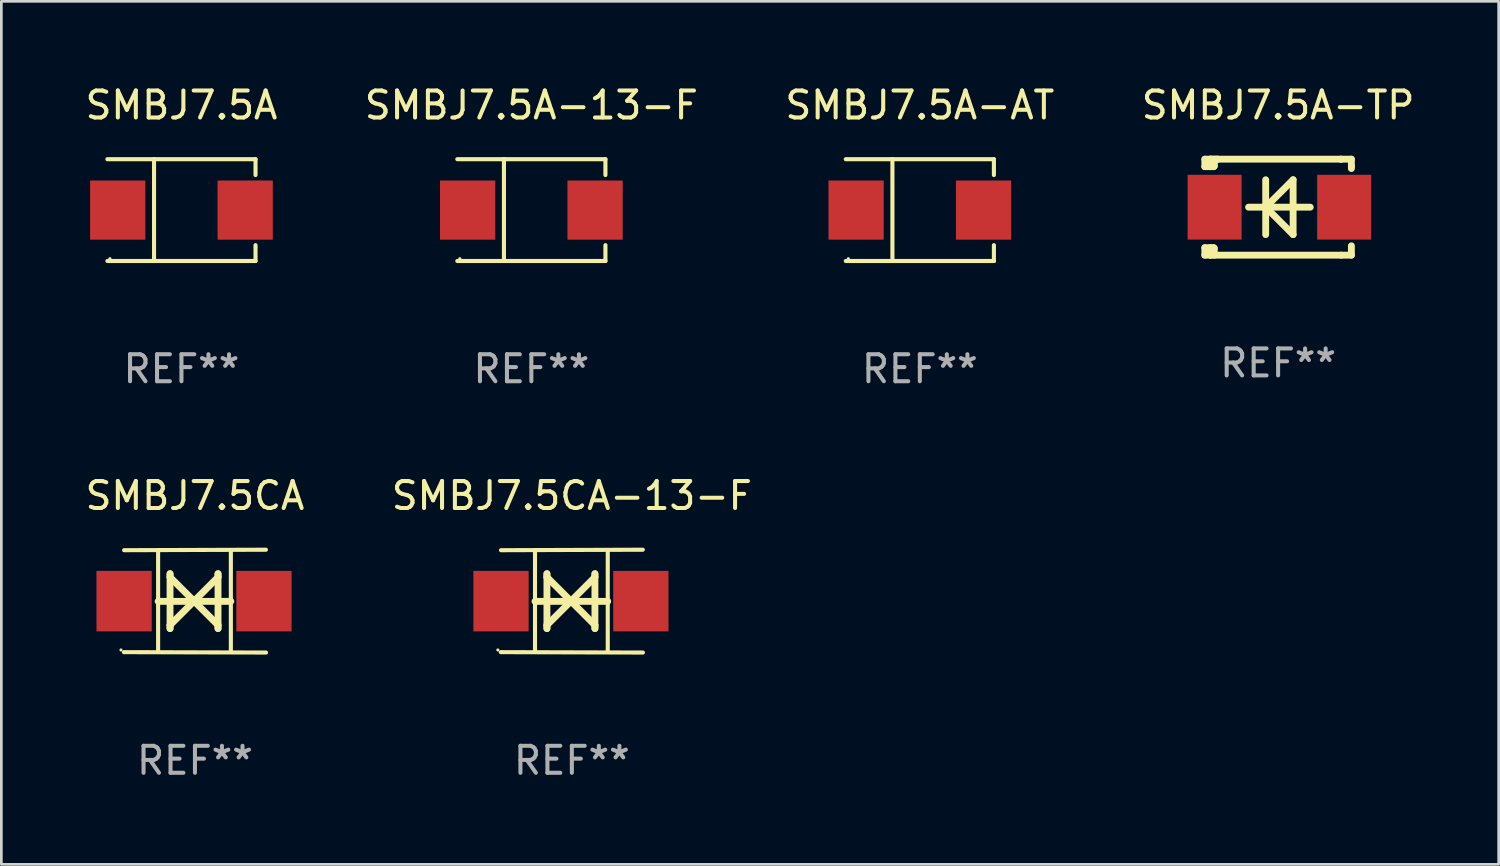
<source format=kicad_pcb>
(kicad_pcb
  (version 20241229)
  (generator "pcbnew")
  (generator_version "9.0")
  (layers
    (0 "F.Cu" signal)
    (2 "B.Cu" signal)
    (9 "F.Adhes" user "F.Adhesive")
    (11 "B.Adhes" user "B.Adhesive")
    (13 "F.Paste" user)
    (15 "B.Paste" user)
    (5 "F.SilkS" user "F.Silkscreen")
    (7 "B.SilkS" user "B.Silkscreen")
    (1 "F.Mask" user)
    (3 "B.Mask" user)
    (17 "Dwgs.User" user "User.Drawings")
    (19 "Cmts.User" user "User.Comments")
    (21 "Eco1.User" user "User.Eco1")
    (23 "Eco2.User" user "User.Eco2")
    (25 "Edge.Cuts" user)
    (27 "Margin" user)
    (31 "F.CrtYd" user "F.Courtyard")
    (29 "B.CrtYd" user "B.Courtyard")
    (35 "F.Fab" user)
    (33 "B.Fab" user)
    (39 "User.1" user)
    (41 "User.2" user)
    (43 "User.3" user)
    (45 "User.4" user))
  (footprint "SMBJ7.5A-TP"
    (layer "F.Cu")
    (at 44.304 4.626)
    (property "Reference" "SMBJ7.5A-TP" (at 0 -3.778 0) (layer "F.SilkS") (effects (font (size 1 1) (thickness 0.15))))
    (attr through_hole)
    (fp_line (start -2.715 -1.778) (end -2.715 -1.501) (stroke (width 0.254) (type solid)) (layer "F.SilkS"))
    (fp_line (start -2.715 -1.501) (end -2.505 -1.501) (stroke (width 0.254) (type solid)) (layer "F.SilkS"))
    (fp_line (start -2.715 1.501) (end -2.715 1.778) (stroke (width 0.254) (type solid)) (layer "F.SilkS"))
    (fp_line (start -2.715 1.501) (end -2.505 1.501) (stroke (width 0.254) (type solid)) (layer "F.SilkS"))
    (fp_line (start -2.715 1.778) (end -2.504 1.778) (stroke (width 0.254) (type solid)) (layer "F.SilkS"))
    (fp_line (start -2.505 -1.778) (end -2.715 -1.778) (stroke (width 0.254) (type solid)) (layer "F.SilkS"))
    (fp_line (start -2.505 -1.778) (end -2.238 -1.778) (stroke (width 0.254) (type solid)) (layer "F.SilkS"))
    (fp_line (start -2.505 -1.501) (end -2.505 -1.651) (stroke (width 0.254) (type solid)) (layer "F.SilkS"))
    (fp_line (start -2.505 -1.501) (end -2.388 -1.501) (stroke (width 0.254) (type solid)) (layer "F.SilkS"))
    (fp_line (start -2.505 1.501) (end -2.505 1.778) (stroke (width 0.254) (type solid)) (layer "F.SilkS"))
    (fp_line (start -2.505 1.501) (end -2.388 1.501) (stroke (width 0.254) (type solid)) (layer "F.SilkS"))
    (fp_line (start -2.388 1.501) (end -2.365 1.524) (stroke (width 0.254) (type solid)) (layer "F.SilkS"))
    (fp_line (start -2.388 -1.501) (end -2.365 -1.524) (stroke (width 0.254) (type solid)) (layer "F.SilkS"))
    (fp_line (start -2.365 -1.651) (end -2.505 -1.778) (stroke (width 0.254) (type solid)) (layer "F.SilkS"))
    (fp_line (start -2.365 -1.524) (end -2.365 -1.651) (stroke (width 0.254) (type solid)) (layer "F.SilkS"))
    (fp_line (start -2.365 1.524) (end -2.365 1.778) (stroke (width 0.254) (type solid)) (layer "F.SilkS"))
    (fp_line (start -2.239 -1.778) (end 2.333 -1.778) (stroke (width 0.254) (type solid)) (layer "F.SilkS"))
    (fp_line (start -2.238 -1.778) (end -2.505 -1.778) (stroke (width 0.254) (type solid)) (layer "F.SilkS"))
    (fp_line (start -1.095 0) (end 1.191 0) (stroke (width 0.254) (type solid)) (layer "F.SilkS"))
    (fp_line (start -0.46 -1.016) (end -0.46 1.016) (stroke (width 0.254) (type solid)) (layer "F.SilkS"))
    (fp_line (start -0.46 -0.000127) (end 0.556 1.016) (stroke (width 0.254) (type solid)) (layer "F.SilkS"))
    (fp_line (start 0.556 -1.016) (end 0.556 1.016) (stroke (width 0.254) (type solid)) (layer "F.SilkS"))
    (fp_line (start 0.556 -1.016) (end -0.46 -0.000127) (stroke (width 0.254) (type solid)) (layer "F.SilkS"))
    (fp_line (start 2.333 -1.778) (end 2.333 -1.778) (stroke (width 0.254) (type solid)) (layer "F.SilkS"))
    (fp_line (start 2.333 -1.778) (end 2.715 -1.778) (stroke (width 0.254) (type solid)) (layer "F.SilkS"))
    (fp_line (start 2.334 1.778) (end -2.504 1.778) (stroke (width 0.254) (type solid)) (layer "F.SilkS"))
    (fp_line (start 2.715 -1.778) (end 2.715 -1.524) (stroke (width 0.254) (type solid)) (layer "F.SilkS"))
    (fp_line (start 2.715 -1.524) (end 2.715 -1.431) (stroke (width 0.254) (type solid)) (layer "F.SilkS"))
    (fp_line (start 2.715 1.431) (end 2.715 1.778) (stroke (width 0.254) (type solid)) (layer "F.SilkS"))
    (fp_line (start 2.715 1.778) (end 2.334 1.778) (stroke (width 0.254) (type solid)) (layer "F.SilkS"))
    (fp_circle (center -2.602 1.8) (end -2.572 1.8) (stroke (width 0.06) (type solid)) (fill no) (layer "F.SilkS"))
    (fp_text user "REF**" (at 0 5.778 0) (layer "F.Fab") (effects (font (size 1 1) (thickness 0.15))))
    (pad "1" smd rect (at -2.352 -0.000076) (size 2 2.4) (layers "F.Cu" "F.Mask" "F.Paste"))
    (pad "2" smd rect (at 2.448 -0.000076) (size 2 2.4) (layers "F.Cu" "F.Mask" "F.Paste")))
  (footprint "SMBJ7.5CA"
    (layer "F.Cu")
    (at 4.173 19.222)
    (property "Reference" "SMBJ7.5CA" (at 0 -3.905 0) (layer "F.SilkS") (effects (font (size 1 1) (thickness 0.15))))
    (attr through_hole)
    (fp_line (start -1.365 1.886) (end -1.365 -1.886) (stroke (width 0.152) (type solid)) (layer "F.SilkS"))
    (fp_line (start -1.365 0.008) (end 1.33 0.008) (stroke (width 0.254) (type solid)) (layer "F.SilkS"))
    (fp_line (start -0.923 -1.016) (end -0.923 1.016) (stroke (width 0.254) (type solid)) (layer "F.SilkS"))
    (fp_line (start -0.923 -0.889) (end -0.923 -1.016) (stroke (width 0.254) (type solid)) (layer "F.SilkS"))
    (fp_line (start -0.923 0.889) (end -0.034 0) (stroke (width 0.254) (type solid)) (layer "F.SilkS"))
    (fp_line (start -0.923 1.016) (end -0.923 0.889) (stroke (width 0.254) (type solid)) (layer "F.SilkS"))
    (fp_line (start -0.034 0) (end -0.923 -0.889) (stroke (width 0.254) (type solid)) (layer "F.SilkS"))
    (fp_line (start -0.034 0) (end 0.855 0.889) (stroke (width 0.254) (type solid)) (layer "F.SilkS"))
    (fp_line (start 0.855 -1.016) (end 0.855 -0.889) (stroke (width 0.254) (type solid)) (layer "F.SilkS"))
    (fp_line (start 0.855 -0.889) (end -0.034 0) (stroke (width 0.254) (type solid)) (layer "F.SilkS"))
    (fp_line (start 0.855 0.889) (end 0.855 1.016) (stroke (width 0.254) (type solid)) (layer "F.SilkS"))
    (fp_line (start 0.855 1.016) (end 0.855 -1.016) (stroke (width 0.254) (type solid)) (layer "F.SilkS"))
    (fp_line (start 1.33 1.886) (end 1.33 -1.886) (stroke (width 0.152) (type solid)) (layer "F.SilkS"))
    (fp_line (start 2.629 -1.905) (end -2.625 -1.887) (stroke (width 0.152) (type solid)) (layer "F.SilkS"))
    (fp_line (start 2.633 1.905) (end -2.633 1.89) (stroke (width 0.152) (type solid)) (layer "F.SilkS"))
    (fp_circle (center -2.741 1.81) (end -2.711 1.81) (stroke (width 0.06) (type solid)) (fill no) (layer "F.SilkS"))
    (fp_text user "REF**" (at 0 5.905 0) (layer "F.Fab") (effects (font (size 1 1) (thickness 0.15))))
    (pad "1" smd rect (at -2.625 0) (size 2.047 2.241) (layers "F.Cu" "F.Mask" "F.Paste"))
    (pad "2" smd rect (at 2.557 0) (size 2.047 2.241) (layers "F.Cu" "F.Mask" "F.Paste")))
  (footprint "SMBJ7.5CA-13-F"
    (layer "F.Cu")
    (at 18.137 19.222)
    (property "Reference" "SMBJ7.5CA-13-F" (at 0 -3.905 0) (layer "F.SilkS") (effects (font (size 1 1) (thickness 0.15))))
    (attr through_hole)
    (fp_line (start -1.365 1.886) (end -1.365 -1.886) (stroke (width 0.152) (type solid)) (layer "F.SilkS"))
    (fp_line (start -1.365 0.008) (end 1.33 0.008) (stroke (width 0.254) (type solid)) (layer "F.SilkS"))
    (fp_line (start -0.923 -1.016) (end -0.923 1.016) (stroke (width 0.254) (type solid)) (layer "F.SilkS"))
    (fp_line (start -0.923 -0.889) (end -0.923 -1.016) (stroke (width 0.254) (type solid)) (layer "F.SilkS"))
    (fp_line (start -0.923 0.889) (end -0.034 0) (stroke (width 0.254) (type solid)) (layer "F.SilkS"))
    (fp_line (start -0.923 1.016) (end -0.923 0.889) (stroke (width 0.254) (type solid)) (layer "F.SilkS"))
    (fp_line (start -0.034 0) (end -0.923 -0.889) (stroke (width 0.254) (type solid)) (layer "F.SilkS"))
    (fp_line (start -0.034 0) (end 0.855 0.889) (stroke (width 0.254) (type solid)) (layer "F.SilkS"))
    (fp_line (start 0.855 -1.016) (end 0.855 -0.889) (stroke (width 0.254) (type solid)) (layer "F.SilkS"))
    (fp_line (start 0.855 -0.889) (end -0.034 0) (stroke (width 0.254) (type solid)) (layer "F.SilkS"))
    (fp_line (start 0.855 0.889) (end 0.855 1.016) (stroke (width 0.254) (type solid)) (layer "F.SilkS"))
    (fp_line (start 0.855 1.016) (end 0.855 -1.016) (stroke (width 0.254) (type solid)) (layer "F.SilkS"))
    (fp_line (start 1.33 1.886) (end 1.33 -1.886) (stroke (width 0.152) (type solid)) (layer "F.SilkS"))
    (fp_line (start 2.629 -1.905) (end -2.625 -1.887) (stroke (width 0.152) (type solid)) (layer "F.SilkS"))
    (fp_line (start 2.633 1.905) (end -2.633 1.89) (stroke (width 0.152) (type solid)) (layer "F.SilkS"))
    (fp_circle (center -2.741 1.81) (end -2.711 1.81) (stroke (width 0.06) (type solid)) (fill no) (layer "F.SilkS"))
    (fp_text user "REF**" (at 0 5.905 0) (layer "F.Fab") (effects (font (size 1 1) (thickness 0.15))))
    (pad "1" smd rect (at -2.625 0) (size 2.047 2.241) (layers "F.Cu" "F.Mask" "F.Paste"))
    (pad "2" smd rect (at 2.557 0) (size 2.047 2.241) (layers "F.Cu" "F.Mask" "F.Paste")))
  (footprint "SMBJ7.5A-13-F"
    (layer "F.Cu")
    (at 16.637 4.734)
    (property "Reference" "SMBJ7.5A-13-F" (at 0 -3.886 0) (layer "F.SilkS") (effects (font (size 1 1) (thickness 0.15))))
    (attr through_hole)
    (fp_line (start -2.744 -1.886) (end 2.744 -1.886) (stroke (width 0.152) (type solid)) (layer "F.SilkS"))
    (fp_line (start -2.744 1.886) (end 2.744 1.886) (stroke (width 0.152) (type solid)) (layer "F.SilkS"))
    (fp_line (start -1.016 -1.886) (end -1.016 1.886) (stroke (width 0.152) (type solid)) (layer "F.SilkS"))
    (fp_line (start 2.744 -1.886) (end 2.744 -1.299) (stroke (width 0.152) (type solid)) (layer "F.SilkS"))
    (fp_line (start 2.744 1.886) (end 2.744 1.299) (stroke (width 0.152) (type solid)) (layer "F.SilkS"))
    (fp_circle (center -2.65 1.8) (end -2.62 1.8) (stroke (width 0.06) (type solid)) (fill no) (layer "F.SilkS"))
    (fp_text user "REF**" (at 0 5.886 0) (layer "F.Fab") (effects (font (size 1 1) (thickness 0.15))))
    (pad "1" smd rect (at -2.361 0) (size 2.047 2.192) (layers "F.Cu" "F.Mask" "F.Paste"))
    (pad "2" smd rect (at 2.361 0) (size 2.047 2.192) (layers "F.Cu" "F.Mask" "F.Paste")))
  (footprint "SMBJ7.5A"
    (layer "F.Cu")
    (at 3.673 4.734)
    (property "Reference" "SMBJ7.5A" (at 0 -3.886 0) (layer "F.SilkS") (effects (font (size 1 1) (thickness 0.15))))
    (attr through_hole)
    (fp_line (start -2.744 -1.886) (end 2.744 -1.886) (stroke (width 0.152) (type solid)) (layer "F.SilkS"))
    (fp_line (start -2.744 1.886) (end 2.744 1.886) (stroke (width 0.152) (type solid)) (layer "F.SilkS"))
    (fp_line (start -1.016 -1.886) (end -1.016 1.886) (stroke (width 0.152) (type solid)) (layer "F.SilkS"))
    (fp_line (start 2.744 -1.886) (end 2.744 -1.299) (stroke (width 0.152) (type solid)) (layer "F.SilkS"))
    (fp_line (start 2.744 1.886) (end 2.744 1.299) (stroke (width 0.152) (type solid)) (layer "F.SilkS"))
    (fp_circle (center -2.65 1.8) (end -2.62 1.8) (stroke (width 0.06) (type solid)) (fill no) (layer "F.SilkS"))
    (fp_text user "REF**" (at 0 5.886 0) (layer "F.Fab") (effects (font (size 1 1) (thickness 0.15))))
    (pad "1" smd rect (at -2.361 0) (size 2.047 2.192) (layers "F.Cu" "F.Mask" "F.Paste"))
    (pad "2" smd rect (at 2.361 0) (size 2.047 2.192) (layers "F.Cu" "F.Mask" "F.Paste")))
  (footprint "SMBJ7.5A-AT"
    (layer "F.Cu")
    (at 31.03 4.734)
    (property "Reference" "SMBJ7.5A-AT" (at 0 -3.886 0) (layer "F.SilkS") (effects (font (size 1 1) (thickness 0.15))))
    (attr through_hole)
    (fp_line (start -2.744 -1.886) (end 2.744 -1.886) (stroke (width 0.152) (type solid)) (layer "F.SilkS"))
    (fp_line (start -2.744 1.886) (end 2.744 1.886) (stroke (width 0.152) (type solid)) (layer "F.SilkS"))
    (fp_line (start -1.016 -1.886) (end -1.016 1.886) (stroke (width 0.152) (type solid)) (layer "F.SilkS"))
    (fp_line (start 2.744 -1.886) (end 2.744 -1.299) (stroke (width 0.152) (type solid)) (layer "F.SilkS"))
    (fp_line (start 2.744 1.886) (end 2.744 1.299) (stroke (width 0.152) (type solid)) (layer "F.SilkS"))
    (fp_circle (center -2.65 1.8) (end -2.62 1.8) (stroke (width 0.06) (type solid)) (fill no) (layer "F.SilkS"))
    (fp_text user "REF**" (at 0 5.886 0) (layer "F.Fab") (effects (font (size 1 1) (thickness 0.15))))
    (pad "1" smd rect (at -2.361 0) (size 2.047 2.192) (layers "F.Cu" "F.Mask" "F.Paste"))
    (pad "2" smd rect (at 2.361 0) (size 2.047 2.192) (layers "F.Cu" "F.Mask" "F.Paste")))
  (gr_rect
    (start -3 -3)
    (end 52.476 28.975)
    (stroke (width 0.1) (type default))
    (fill no)
    (layer "Edge.Cuts")))
</source>
